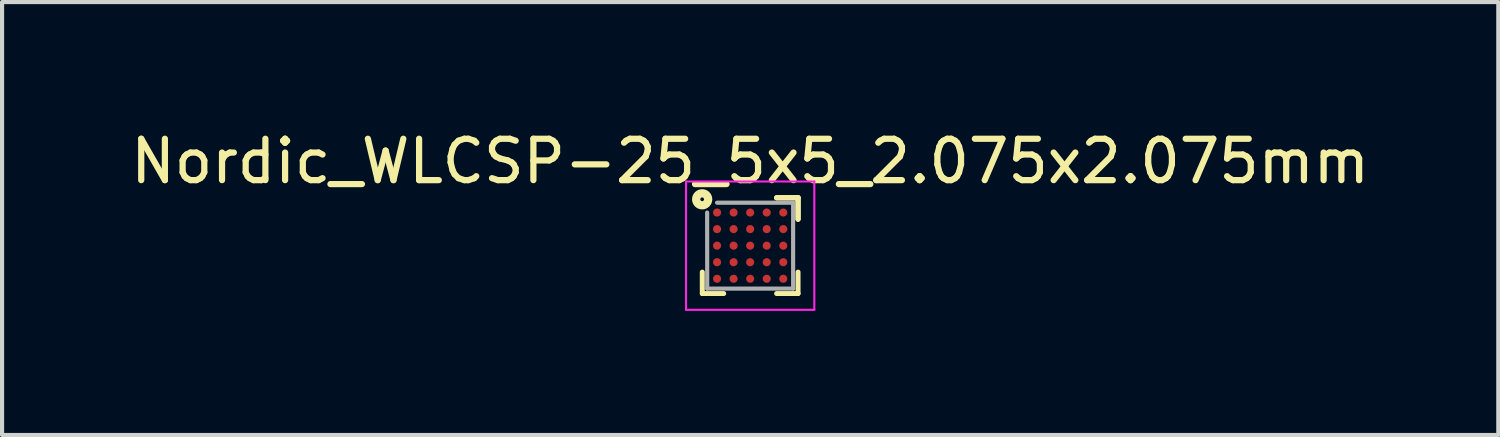
<source format=kicad_pcb>
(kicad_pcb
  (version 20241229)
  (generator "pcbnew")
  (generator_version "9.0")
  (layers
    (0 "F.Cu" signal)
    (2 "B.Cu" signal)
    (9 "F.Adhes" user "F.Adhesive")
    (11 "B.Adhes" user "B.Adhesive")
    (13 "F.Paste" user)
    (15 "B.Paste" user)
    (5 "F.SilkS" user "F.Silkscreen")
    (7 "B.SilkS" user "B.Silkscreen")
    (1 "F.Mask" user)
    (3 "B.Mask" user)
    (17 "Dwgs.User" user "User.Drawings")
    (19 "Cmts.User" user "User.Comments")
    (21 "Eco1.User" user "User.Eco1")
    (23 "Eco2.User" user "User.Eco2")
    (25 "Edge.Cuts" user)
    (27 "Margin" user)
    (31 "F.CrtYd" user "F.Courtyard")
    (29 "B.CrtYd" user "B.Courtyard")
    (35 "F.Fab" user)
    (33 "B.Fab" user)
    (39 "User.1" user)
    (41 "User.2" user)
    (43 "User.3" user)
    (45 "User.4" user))
  (footprint "Nordic_WLCSP-25_5x5_2.075x2.075mm"
    (layer "F.Cu")
    (at 15.077 2.886)
    (property "Reference" "Nordic_WLCSP-25_5x5_2.075x2.075mm" (at 0 -2.038 0) (layer "F.SilkS") (effects (font (size 1 1) (thickness 0.15))))
    (attr through_hole)
    (fp_line (start -1.157 1.157) (end -1.157 0.639) (stroke (width 0.12) (type solid)) (layer "F.SilkS"))
    (fp_line (start -0.639 1.157) (end -1.157 1.157) (stroke (width 0.12) (type solid)) (layer "F.SilkS"))
    (fp_line (start 0.639 -1.157) (end 1.157 -1.157) (stroke (width 0.12) (type solid)) (layer "F.SilkS"))
    (fp_line (start 0.639 -1.157) (end 1.157 -1.157) (stroke (width 0.12) (type solid)) (layer "F.SilkS"))
    (fp_line (start 0.639 -1.157) (end 1.157 -1.157) (stroke (width 0.12) (type solid)) (layer "F.SilkS"))
    (fp_line (start 0.639 1.157) (end 1.157 1.157) (stroke (width 0.12) (type solid)) (layer "F.SilkS"))
    (fp_line (start 1.157 -1.157) (end 1.157 -0.639) (stroke (width 0.12) (type solid)) (layer "F.SilkS"))
    (fp_line (start 1.157 -1.157) (end 1.157 -0.639) (stroke (width 0.12) (type solid)) (layer "F.SilkS"))
    (fp_line (start 1.157 -1.157) (end 1.157 -0.639) (stroke (width 0.12) (type solid)) (layer "F.SilkS"))
    (fp_line (start 1.157 1.157) (end 1.157 0.639) (stroke (width 0.12) (type solid)) (layer "F.SilkS"))
    (fp_circle (center -1.16 -1.12) (end -1.12 -1.1) (stroke (width 0.2) (type solid)) (fill no) (layer "F.SilkS"))
    (fp_line (start -1.55 -1.55) (end 1.55 -1.55) (stroke (width 0.05) (type solid)) (layer "F.CrtYd"))
    (fp_line (start -1.55 1.55) (end -1.55 -1.55) (stroke (width 0.05) (type solid)) (layer "F.CrtYd"))
    (fp_line (start 1.55 -1.55) (end 1.55 1.55) (stroke (width 0.05) (type solid)) (layer "F.CrtYd"))
    (fp_line (start 1.55 1.55) (end -1.55 1.55) (stroke (width 0.05) (type solid)) (layer "F.CrtYd"))
    (fp_line (start -1.038 1.038) (end -1.04 -0.8) (stroke (width 0.1) (type solid)) (layer "F.Fab"))
    (fp_line (start -1.038 1.038) (end 1.038 1.038) (stroke (width 0.1) (type solid)) (layer "F.Fab"))
    (fp_line (start 1.038 -1.038) (end -0.8 -1.038) (stroke (width 0.1) (type solid)) (layer "F.Fab"))
    (fp_line (start 1.038 1.038) (end 1.038 -1.038) (stroke (width 0.1) (type solid)) (layer "F.Fab"))
    (pad "A1" smd circle (at -0.8 -0.8) (size 0.195 0.195) (layers "F.Cu" "F.Mask" "F.Paste"))
    (pad "A2" smd circle (at -0.4 -0.8) (size 0.195 0.195) (layers "F.Cu" "F.Mask" "F.Paste"))
    (pad "A3" smd circle (at 0 -0.8) (size 0.195 0.195) (layers "F.Cu" "F.Mask" "F.Paste"))
    (pad "A4" smd circle (at 0.4 -0.8) (size 0.195 0.195) (layers "F.Cu" "F.Mask" "F.Paste"))
    (pad "A5" smd circle (at 0.8 -0.8) (size 0.195 0.195) (layers "F.Cu" "F.Mask" "F.Paste"))
    (pad "B1" smd circle (at -0.8 -0.4) (size 0.195 0.195) (layers "F.Cu" "F.Mask" "F.Paste"))
    (pad "B2" smd circle (at -0.4 -0.4) (size 0.195 0.195) (layers "F.Cu" "F.Mask" "F.Paste"))
    (pad "B3" smd circle (at 0 -0.4) (size 0.195 0.195) (layers "F.Cu" "F.Mask" "F.Paste"))
    (pad "B4" smd circle (at 0.4 -0.4) (size 0.195 0.195) (layers "F.Cu" "F.Mask" "F.Paste"))
    (pad "B5" smd circle (at 0.8 -0.4) (size 0.195 0.195) (layers "F.Cu" "F.Mask" "F.Paste"))
    (pad "C1" smd circle (at -0.8 0) (size 0.195 0.195) (layers "F.Cu" "F.Mask" "F.Paste"))
    (pad "C2" smd circle (at -0.4 0) (size 0.195 0.195) (layers "F.Cu" "F.Mask" "F.Paste"))
    (pad "C3" smd circle (at 0 0) (size 0.195 0.195) (layers "F.Cu" "F.Mask" "F.Paste"))
    (pad "C4" smd circle (at 0.4 0) (size 0.195 0.195) (layers "F.Cu" "F.Mask" "F.Paste"))
    (pad "C5" smd circle (at 0.8 0) (size 0.195 0.195) (layers "F.Cu" "F.Mask" "F.Paste"))
    (pad "D1" smd circle (at -0.8 0.4) (size 0.195 0.195) (layers "F.Cu" "F.Mask" "F.Paste"))
    (pad "D2" smd circle (at -0.4 0.4) (size 0.195 0.195) (layers "F.Cu" "F.Mask" "F.Paste"))
    (pad "D3" smd circle (at 0 0.4) (size 0.195 0.195) (layers "F.Cu" "F.Mask" "F.Paste"))
    (pad "D4" smd circle (at 0.4 0.4) (size 0.195 0.195) (layers "F.Cu" "F.Mask" "F.Paste"))
    (pad "D5" smd circle (at 0.8 0.4) (size 0.195 0.195) (layers "F.Cu" "F.Mask" "F.Paste"))
    (pad "E1" smd circle (at -0.8 0.8) (size 0.195 0.195) (layers "F.Cu" "F.Mask" "F.Paste"))
    (pad "E2" smd circle (at -0.4 0.8) (size 0.195 0.195) (layers "F.Cu" "F.Mask" "F.Paste"))
    (pad "E3" smd circle (at 0 0.8) (size 0.195 0.195) (layers "F.Cu" "F.Mask" "F.Paste"))
    (pad "E4" smd circle (at 0.4 0.8) (size 0.195 0.195) (layers "F.Cu" "F.Mask" "F.Paste"))
    (pad "E5" smd circle (at 0.8 0.8) (size 0.195 0.195) (layers "F.Cu" "F.Mask" "F.Paste")))
  (gr_rect
    (start -3 -3)
    (end 33.155 7.461)
    (stroke (width 0.1) (type default))
    (fill no)
    (layer "Edge.Cuts")))
</source>
